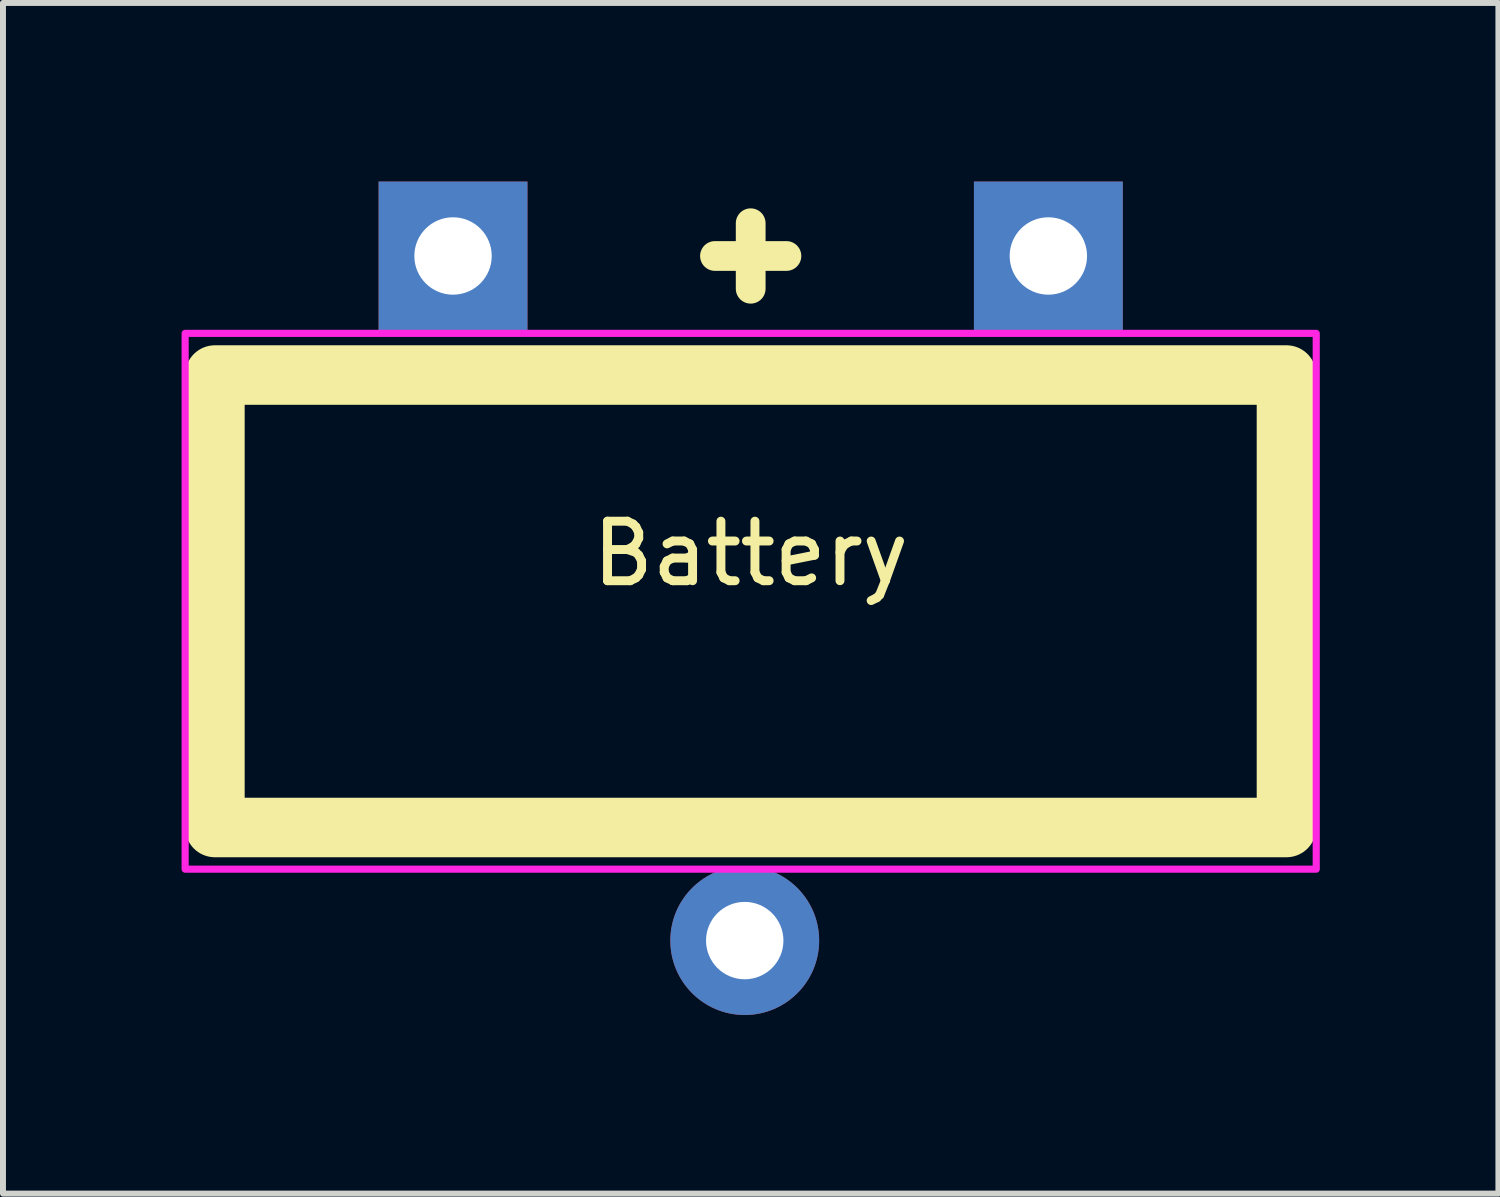
<source format=kicad_pcb>
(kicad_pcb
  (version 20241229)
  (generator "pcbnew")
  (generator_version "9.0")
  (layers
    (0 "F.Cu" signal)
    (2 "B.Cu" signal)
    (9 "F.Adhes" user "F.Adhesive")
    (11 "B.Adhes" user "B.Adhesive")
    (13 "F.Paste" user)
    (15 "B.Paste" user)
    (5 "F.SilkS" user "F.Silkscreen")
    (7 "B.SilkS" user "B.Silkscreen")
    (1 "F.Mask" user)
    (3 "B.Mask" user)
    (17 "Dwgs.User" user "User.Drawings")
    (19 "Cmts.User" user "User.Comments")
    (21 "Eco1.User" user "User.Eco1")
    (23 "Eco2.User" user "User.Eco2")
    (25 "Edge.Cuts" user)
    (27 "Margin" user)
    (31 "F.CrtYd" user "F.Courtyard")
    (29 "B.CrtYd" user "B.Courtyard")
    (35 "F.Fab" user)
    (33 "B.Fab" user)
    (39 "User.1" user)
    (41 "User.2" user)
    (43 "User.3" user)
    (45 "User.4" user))
  (footprint "Battery"
    (layer "F.Cu")
    (at 9.56 6.75)
    (property "Reference" "Battery" (at 0 -0.5 0) (unlocked yes) (layer "F.SilkS") (effects (font (size 1 1) (thickness 0.15))))
    (attr through_hole)
    (fp_line (start -0.6 -5.5) (end 0.6 -5.5) (stroke (width 0.5) (type default)) (layer "F.SilkS"))
    (fp_line (start 0 -6.05) (end 0 -4.95) (stroke (width 0.5) (type default)) (layer "F.SilkS"))
    (fp_rect (start -9 -3.5) (end 9 4.1) (stroke (width 1) (type default)) (fill no) (layer "F.SilkS"))
    (fp_rect (start -9.5 -4.2) (end 9.5 4.8) (stroke (width 0.12) (type default)) (fill no) (layer "F.CrtYd"))
    (pad "1" thru_hole rect (at -5 -5.5) (size 2.5 2.5) (drill 1.3) (layers "*.Cu" "*.Mask"))
    (pad "1" thru_hole rect (at 5 -5.5) (size 2.5 2.5) (drill 1.3) (layers "*.Cu" "*.Mask"))
    (pad "2" thru_hole oval (at -0.1 6) (size 2.5 2.5) (drill 1.3) (layers "*.Cu" "*.Mask")))
  (gr_rect
    (start -3 -3)
    (end 22.12 17)
    (stroke (width 0.1) (type default))
    (fill no)
    (layer "Edge.Cuts")))
</source>
